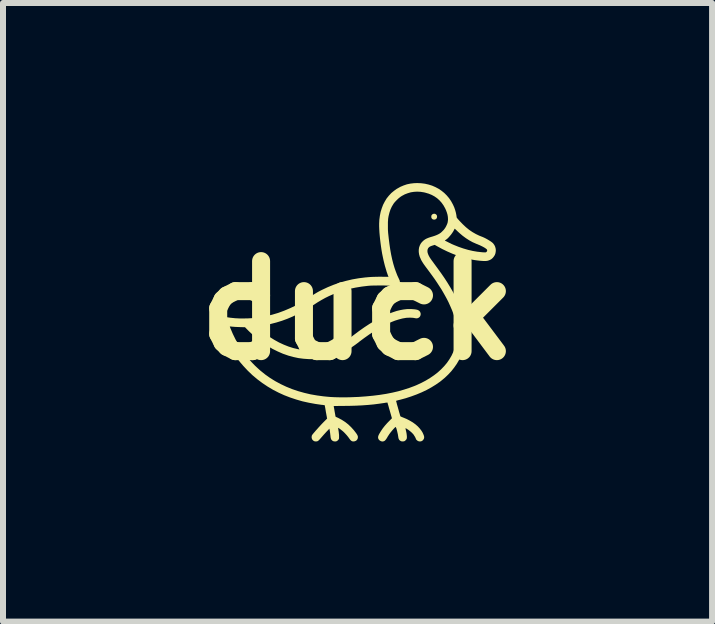
<source format=kicad_pcb>
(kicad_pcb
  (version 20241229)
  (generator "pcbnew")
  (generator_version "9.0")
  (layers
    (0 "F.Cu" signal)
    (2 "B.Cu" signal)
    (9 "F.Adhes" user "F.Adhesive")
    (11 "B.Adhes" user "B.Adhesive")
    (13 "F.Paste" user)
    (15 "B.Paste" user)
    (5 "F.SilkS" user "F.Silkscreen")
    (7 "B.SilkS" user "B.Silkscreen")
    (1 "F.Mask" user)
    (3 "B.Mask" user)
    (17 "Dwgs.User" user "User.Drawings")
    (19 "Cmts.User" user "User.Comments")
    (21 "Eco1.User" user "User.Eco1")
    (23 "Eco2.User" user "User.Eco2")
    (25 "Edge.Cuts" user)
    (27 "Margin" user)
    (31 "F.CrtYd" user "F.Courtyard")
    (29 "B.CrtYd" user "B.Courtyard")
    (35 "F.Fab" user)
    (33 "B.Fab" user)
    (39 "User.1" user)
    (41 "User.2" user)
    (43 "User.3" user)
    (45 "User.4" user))
  (footprint "duck"
    (layer "F.Cu")
    (at 2.907 2.122)
    (property "Reference" "duck" (at 0 0 0) (layer "F.SilkS") (effects (font (size 1.5 1.5) (thickness 0.3))))
    (attr board_only exclude_from_pos_files exclude_from_bom)
    (fp_poly (pts (xy 1.292 -1.609) (xy 1.305 -1.602) (xy 1.316 -1.592) (xy 1.323 -1.579) (xy 1.325 -1.567) (xy 1.324 -1.55) (xy 1.318 -1.535) (xy 1.308 -1.523) (xy 1.294 -1.516) (xy 1.28 -1.513) (xy 1.268 -1.514) (xy 1.257 -1.516) (xy 1.255 -1.517) (xy 1.247 -1.522) (xy 1.239 -1.53) (xy 1.237 -1.532) (xy 1.232 -1.54) (xy 1.23 -1.547) (xy 1.229 -1.557) (xy 1.229 -1.562) (xy 1.229 -1.573) (xy 1.231 -1.581) (xy 1.235 -1.588) (xy 1.237 -1.591) (xy 1.249 -1.603) (xy 1.263 -1.609) (xy 1.277 -1.611)) (stroke (width 0) (type solid)) (fill yes) (layer "F.SilkS"))
    (fp_poly (pts (xy 1.061 -2.119) (xy 1.123 -2.111) (xy 1.184 -2.097) (xy 1.242 -2.079) (xy 1.297 -2.055) (xy 1.35 -2.027) (xy 1.399 -1.994) (xy 1.445 -1.957) (xy 1.487 -1.915) (xy 1.525 -1.87) (xy 1.559 -1.82) (xy 1.588 -1.767) (xy 1.591 -1.761) (xy 1.611 -1.717) (xy 1.626 -1.673) (xy 1.638 -1.63) (xy 1.646 -1.59) (xy 1.649 -1.57) (xy 1.65 -1.562) (xy 1.65 -1.556) (xy 1.652 -1.551) (xy 1.654 -1.545) (xy 1.658 -1.539) (xy 1.665 -1.531) (xy 1.673 -1.521) (xy 1.685 -1.508) (xy 1.7 -1.491) (xy 1.7 -1.491) (xy 1.752 -1.437) (xy 1.805 -1.387) (xy 1.859 -1.343) (xy 1.915 -1.305) (xy 1.971 -1.273) (xy 2.027 -1.246) (xy 2.057 -1.234) (xy 2.083 -1.224) (xy 2.11 -1.212) (xy 2.138 -1.198) (xy 2.165 -1.183) (xy 2.19 -1.168) (xy 2.214 -1.153) (xy 2.234 -1.139) (xy 2.251 -1.125) (xy 2.26 -1.116) (xy 2.279 -1.09) (xy 2.292 -1.063) (xy 2.3 -1.035) (xy 2.304 -1.006) (xy 2.302 -0.978) (xy 2.297 -0.95) (xy 2.287 -0.923) (xy 2.272 -0.899) (xy 2.254 -0.876) (xy 2.233 -0.857) (xy 2.208 -0.842) (xy 2.179 -0.831) (xy 2.16 -0.826) (xy 2.142 -0.824) (xy 2.119 -0.824) (xy 2.092 -0.824) (xy 2.061 -0.826) (xy 2.028 -0.829) (xy 1.993 -0.833) (xy 1.957 -0.838) (xy 1.921 -0.844) (xy 1.914 -0.845) (xy 1.833 -0.862) (xy 1.75 -0.885) (xy 1.666 -0.912) (xy 1.581 -0.945) (xy 1.496 -0.982) (xy 1.411 -1.023) (xy 1.334 -1.065) (xy 1.286 -1.092) (xy 1.259 -1.084) (xy 1.232 -1.075) (xy 1.21 -1.066) (xy 1.193 -1.055) (xy 1.181 -1.042) (xy 1.175 -1.034) (xy 1.167 -1.014) (xy 1.164 -0.992) (xy 1.166 -0.968) (xy 1.174 -0.941) (xy 1.187 -0.911) (xy 1.205 -0.879) (xy 1.212 -0.869) (xy 1.222 -0.854) (xy 1.234 -0.837) (xy 1.248 -0.818) (xy 1.263 -0.798) (xy 1.277 -0.778) (xy 1.278 -0.777) (xy 1.339 -0.694) (xy 1.396 -0.615) (xy 1.449 -0.538) (xy 1.497 -0.464) (xy 1.541 -0.392) (xy 1.582 -0.322) (xy 1.618 -0.254) (xy 1.652 -0.187) (xy 1.682 -0.121) (xy 1.709 -0.056) (xy 1.712 -0.05) (xy 1.74 0.03) (xy 1.764 0.107) (xy 1.782 0.182) (xy 1.794 0.256) (xy 1.801 0.328) (xy 1.803 0.399) (xy 1.799 0.468) (xy 1.79 0.538) (xy 1.776 0.606) (xy 1.773 0.618) (xy 1.752 0.688) (xy 1.725 0.757) (xy 1.692 0.824) (xy 1.654 0.889) (xy 1.611 0.951) (xy 1.563 1.012) (xy 1.51 1.069) (xy 1.452 1.124) (xy 1.389 1.176) (xy 1.371 1.19) (xy 1.303 1.237) (xy 1.23 1.282) (xy 1.152 1.325) (xy 1.07 1.364) (xy 0.984 1.4) (xy 0.894 1.433) (xy 0.802 1.463) (xy 0.706 1.489) (xy 0.683 1.494) (xy 0.669 1.498) (xy 0.656 1.502) (xy 0.647 1.505) (xy 0.642 1.507) (xy 0.642 1.507) (xy 0.643 1.511) (xy 0.645 1.519) (xy 0.649 1.532) (xy 0.653 1.549) (xy 0.658 1.568) (xy 0.664 1.59) (xy 0.671 1.613) (xy 0.677 1.636) (xy 0.684 1.66) (xy 0.69 1.683) (xy 0.696 1.704) (xy 0.702 1.723) (xy 0.706 1.739) (xy 0.71 1.751) (xy 0.712 1.759) (xy 0.713 1.762) (xy 0.717 1.766) (xy 0.727 1.771) (xy 0.741 1.777) (xy 0.761 1.785) (xy 0.819 1.809) (xy 0.872 1.837) (xy 0.921 1.866) (xy 0.965 1.898) (xy 1.004 1.932) (xy 1.037 1.968) (xy 1.066 2.006) (xy 1.083 2.034) (xy 1.095 2.06) (xy 1.104 2.082) (xy 1.109 2.101) (xy 1.11 2.118) (xy 1.107 2.134) (xy 1.102 2.144) (xy 1.091 2.161) (xy 1.076 2.173) (xy 1.059 2.181) (xy 1.04 2.183) (xy 1.021 2.181) (xy 1.006 2.175) (xy 0.998 2.17) (xy 0.989 2.163) (xy 0.981 2.155) (xy 0.975 2.147) (xy 0.972 2.141) (xy 0.972 2.141) (xy 0.971 2.135) (xy 0.967 2.126) (xy 0.961 2.114) (xy 0.954 2.101) (xy 0.946 2.089) (xy 0.939 2.077) (xy 0.935 2.071) (xy 0.927 2.061) (xy 0.916 2.049) (xy 0.904 2.037) (xy 0.898 2.031) (xy 0.886 2.021) (xy 0.873 2.01) (xy 0.859 1.999) (xy 0.844 1.988) (xy 0.83 1.979) (xy 0.818 1.971) (xy 0.808 1.966) (xy 0.802 1.963) (xy 0.799 1.963) (xy 0.799 1.966) (xy 0.8 1.974) (xy 0.803 1.986) (xy 0.805 1.996) (xy 0.812 2.025) (xy 0.817 2.053) (xy 0.82 2.078) (xy 0.822 2.101) (xy 0.822 2.115) (xy 0.821 2.128) (xy 0.819 2.137) (xy 0.815 2.145) (xy 0.812 2.151) (xy 0.803 2.161) (xy 0.793 2.17) (xy 0.788 2.174) (xy 0.779 2.179) (xy 0.771 2.181) (xy 0.761 2.182) (xy 0.752 2.183) (xy 0.731 2.181) (xy 0.715 2.174) (xy 0.701 2.163) (xy 0.697 2.16) (xy 0.691 2.15) (xy 0.686 2.14) (xy 0.682 2.128) (xy 0.679 2.112) (xy 0.678 2.104) (xy 0.675 2.086) (xy 0.672 2.065) (xy 0.667 2.044) (xy 0.662 2.022) (xy 0.657 2.002) (xy 0.652 1.983) (xy 0.647 1.966) (xy 0.642 1.954) (xy 0.638 1.945) (xy 0.635 1.942) (xy 0.632 1.943) (xy 0.625 1.949) (xy 0.616 1.957) (xy 0.605 1.969) (xy 0.592 1.983) (xy 0.579 1.998) (xy 0.565 2.015) (xy 0.551 2.032) (xy 0.539 2.048) (xy 0.527 2.064) (xy 0.523 2.071) (xy 0.515 2.083) (xy 0.505 2.098) (xy 0.496 2.114) (xy 0.491 2.123) (xy 0.476 2.146) (xy 0.462 2.163) (xy 0.448 2.175) (xy 0.433 2.181) (xy 0.416 2.184) (xy 0.398 2.181) (xy 0.397 2.181) (xy 0.382 2.175) (xy 0.367 2.165) (xy 0.355 2.153) (xy 0.347 2.139) (xy 0.345 2.133) (xy 0.342 2.119) (xy 0.343 2.105) (xy 0.346 2.091) (xy 0.353 2.074) (xy 0.361 2.058) (xy 0.39 2.01) (xy 0.421 1.964) (xy 0.455 1.921) (xy 0.493 1.878) (xy 0.524 1.846) (xy 0.573 1.797) (xy 0.536 1.667) (xy 0.528 1.64) (xy 0.521 1.615) (xy 0.515 1.592) (xy 0.509 1.572) (xy 0.504 1.556) (xy 0.501 1.544) (xy 0.499 1.537) (xy 0.498 1.535) (xy 0.494 1.535) (xy 0.486 1.536) (xy 0.474 1.537) (xy 0.46 1.539) (xy 0.451 1.541) (xy 0.361 1.554) (xy 0.268 1.566) (xy 0.172 1.575) (xy 0.073 1.582) (xy -0.03 1.587) (xy -0.138 1.59) (xy -0.242 1.591) (xy -0.277 1.591) (xy -0.306 1.591) (xy -0.33 1.592) (xy -0.35 1.592) (xy -0.366 1.592) (xy -0.377 1.592) (xy -0.386 1.593) (xy -0.392 1.594) (xy -0.395 1.594) (xy -0.397 1.595) (xy -0.397 1.596) (xy -0.396 1.6) (xy -0.395 1.609) (xy -0.392 1.623) (xy -0.389 1.639) (xy -0.386 1.658) (xy -0.384 1.671) (xy -0.379 1.699) (xy -0.375 1.721) (xy -0.372 1.738) (xy -0.37 1.751) (xy -0.368 1.76) (xy -0.366 1.767) (xy -0.365 1.771) (xy -0.364 1.773) (xy -0.363 1.773) (xy -0.363 1.773) (xy -0.359 1.774) (xy -0.351 1.778) (xy -0.34 1.783) (xy -0.326 1.789) (xy -0.322 1.791) (xy -0.262 1.823) (xy -0.206 1.859) (xy -0.154 1.9) (xy -0.106 1.946) (xy -0.061 1.996) (xy -0.028 2.039) (xy -0.015 2.057) (xy -0.006 2.072) (xy 0.000238 2.084) (xy 0.004 2.095) (xy 0.006 2.105) (xy 0.006 2.112) (xy 0.003 2.133) (xy -0.005 2.15) (xy -0.017 2.165) (xy -0.033 2.175) (xy -0.051 2.181) (xy -0.066 2.183) (xy -0.079 2.182) (xy -0.09 2.18) (xy -0.1 2.175) (xy -0.109 2.168) (xy -0.12 2.158) (xy -0.131 2.143) (xy -0.145 2.124) (xy -0.146 2.122) (xy -0.163 2.1) (xy -0.182 2.077) (xy -0.203 2.054) (xy -0.224 2.032) (xy -0.243 2.014) (xy -0.246 2.012) (xy -0.258 2.002) (xy -0.272 1.991) (xy -0.285 1.981) (xy -0.298 1.971) (xy -0.309 1.964) (xy -0.317 1.958) (xy -0.322 1.956) (xy -0.322 1.956) (xy -0.323 1.959) (xy -0.323 1.966) (xy -0.323 1.967) (xy -0.318 1.996) (xy -0.314 2.02) (xy -0.312 2.04) (xy -0.31 2.058) (xy -0.308 2.075) (xy -0.308 2.091) (xy -0.308 2.097) (xy -0.308 2.113) (xy -0.308 2.125) (xy -0.309 2.133) (xy -0.31 2.139) (xy -0.312 2.144) (xy -0.315 2.149) (xy -0.317 2.151) (xy -0.325 2.161) (xy -0.335 2.17) (xy -0.34 2.174) (xy -0.349 2.179) (xy -0.357 2.181) (xy -0.367 2.183) (xy -0.376 2.183) (xy -0.397 2.181) (xy -0.414 2.174) (xy -0.428 2.162) (xy -0.434 2.155) (xy -0.439 2.148) (xy -0.442 2.141) (xy -0.445 2.131) (xy -0.448 2.119) (xy -0.45 2.104) (xy -0.452 2.083) (xy -0.453 2.078) (xy -0.455 2.061) (xy -0.457 2.042) (xy -0.46 2.021) (xy -0.462 2.008) (xy -0.469 1.97) (xy -0.493 1.996) (xy -0.507 2.01) (xy -0.523 2.027) (xy -0.542 2.048) (xy -0.563 2.071) (xy -0.584 2.095) (xy -0.606 2.12) (xy -0.621 2.137) (xy -0.634 2.152) (xy -0.647 2.164) (xy -0.656 2.173) (xy -0.661 2.176) (xy -0.675 2.181) (xy -0.692 2.183) (xy -0.708 2.182) (xy -0.718 2.18) (xy -0.736 2.17) (xy -0.751 2.156) (xy -0.76 2.139) (xy -0.765 2.119) (xy -0.765 2.112) (xy -0.764 2.099) (xy -0.762 2.087) (xy -0.757 2.076) (xy -0.748 2.064) (xy -0.741 2.055) (xy -0.735 2.048) (xy -0.727 2.038) (xy -0.716 2.026) (xy -0.705 2.013) (xy -0.694 2) (xy -0.682 1.987) (xy -0.672 1.976) (xy -0.664 1.967) (xy -0.659 1.961) (xy -0.657 1.959) (xy -0.655 1.956) (xy -0.649 1.95) (xy -0.642 1.942) (xy -0.641 1.941) (xy -0.62 1.918) (xy -0.596 1.892) (xy -0.568 1.863) (xy -0.546 1.841) (xy -0.507 1.802) (xy -0.512 1.778) (xy -0.513 1.768) (xy -0.516 1.754) (xy -0.519 1.736) (xy -0.523 1.715) (xy -0.527 1.693) (xy -0.531 1.669) (xy -0.531 1.667) (xy -0.535 1.645) (xy -0.538 1.625) (xy -0.542 1.608) (xy -0.544 1.594) (xy -0.546 1.584) (xy -0.547 1.58) (xy -0.547 1.579) (xy -0.55 1.579) (xy -0.558 1.578) (xy -0.57 1.576) (xy -0.584 1.574) (xy -0.591 1.574) (xy -0.702 1.558) (xy -0.811 1.538) (xy -0.919 1.514) (xy -1.023 1.484) (xy -1.125 1.45) (xy -1.223 1.412) (xy -1.313 1.371) (xy -1.408 1.322) (xy -1.499 1.268) (xy -1.587 1.209) (xy -1.671 1.146) (xy -1.752 1.078) (xy -1.829 1.004) (xy -1.902 0.926) (xy -1.956 0.863) (xy -2.007 0.798) (xy -2.055 0.728) (xy -2.102 0.656) (xy -2.145 0.581) (xy -2.185 0.504) (xy -2.221 0.427) (xy -2.252 0.35) (xy -2.279 0.275) (xy -2.281 0.271) (xy -2.127 0.271) (xy -2.126 0.277) (xy -2.122 0.286) (xy -2.118 0.297) (xy -2.078 0.391) (xy -2.033 0.483) (xy -1.983 0.572) (xy -1.929 0.657) (xy -1.869 0.739) (xy -1.832 0.786) (xy -1.794 0.83) (xy -1.753 0.875) (xy -1.709 0.92) (xy -1.664 0.962) (xy -1.62 1.002) (xy -1.616 1.005) (xy -1.538 1.068) (xy -1.456 1.126) (xy -1.37 1.179) (xy -1.281 1.227) (xy -1.188 1.271) (xy -1.092 1.31) (xy -0.992 1.344) (xy -0.889 1.373) (xy -0.783 1.398) (xy -0.673 1.417) (xy -0.57 1.431) (xy -0.511 1.437) (xy -0.453 1.442) (xy -0.394 1.445) (xy -0.335 1.447) (xy -0.273 1.448) (xy -0.207 1.448) (xy -0.138 1.447) (xy -0.108 1.446) (xy 0.019 1.441) (xy 0.141 1.432) (xy 0.257 1.421) (xy 0.369 1.407) (xy 0.477 1.39) (xy 0.579 1.37) (xy 0.678 1.347) (xy 0.772 1.32) (xy 0.862 1.291) (xy 0.948 1.259) (xy 0.982 1.245) (xy 1.062 1.208) (xy 1.138 1.168) (xy 1.209 1.125) (xy 1.275 1.08) (xy 1.337 1.032) (xy 1.393 0.981) (xy 1.444 0.928) (xy 1.49 0.873) (xy 1.53 0.815) (xy 1.566 0.754) (xy 1.595 0.692) (xy 1.615 0.641) (xy 1.633 0.581) (xy 1.646 0.521) (xy 1.655 0.46) (xy 1.658 0.399) (xy 1.657 0.336) (xy 1.651 0.272) (xy 1.639 0.207) (xy 1.623 0.139) (xy 1.602 0.07) (xy 1.575 -0.002) (xy 1.543 -0.076) (xy 1.514 -0.14) (xy 1.487 -0.193) (xy 1.458 -0.246) (xy 1.428 -0.299) (xy 1.397 -0.352) (xy 1.362 -0.406) (xy 1.325 -0.463) (xy 1.286 -0.521) (xy 1.242 -0.582) (xy 1.195 -0.646) (xy 1.158 -0.696) (xy 1.136 -0.725) (xy 1.118 -0.75) (xy 1.102 -0.772) (xy 1.089 -0.792) (xy 1.078 -0.81) (xy 1.068 -0.826) (xy 1.059 -0.843) (xy 1.053 -0.857) (xy 1.036 -0.896) (xy 1.025 -0.936) (xy 1.02 -0.974) (xy 1.02 -1.01) (xy 1.025 -1.046) (xy 1.036 -1.079) (xy 1.051 -1.11) (xy 1.072 -1.138) (xy 1.098 -1.163) (xy 1.099 -1.164) (xy 1.455 -1.164) (xy 1.458 -1.162) (xy 1.465 -1.158) (xy 1.476 -1.153) (xy 1.49 -1.146) (xy 1.506 -1.138) (xy 1.523 -1.129) (xy 1.541 -1.121) (xy 1.558 -1.112) (xy 1.574 -1.104) (xy 1.589 -1.098) (xy 1.6 -1.093) (xy 1.602 -1.092) (xy 1.682 -1.06) (xy 1.763 -1.032) (xy 1.842 -1.009) (xy 1.92 -0.991) (xy 1.996 -0.978) (xy 2.07 -0.97) (xy 2.079 -0.969) (xy 2.094 -0.968) (xy 2.107 -0.968) (xy 2.118 -0.967) (xy 2.123 -0.967) (xy 2.124 -0.967) (xy 2.131 -0.967) (xy 2.14 -0.97) (xy 2.141 -0.97) (xy 2.151 -0.978) (xy 2.158 -0.988) (xy 2.16 -1.001) (xy 2.157 -1.012) (xy 2.151 -1.02) (xy 2.141 -1.028) (xy 2.126 -1.039) (xy 2.108 -1.05) (xy 2.086 -1.062) (xy 2.062 -1.074) (xy 2.037 -1.086) (xy 2.01 -1.097) (xy 1.997 -1.103) (xy 1.978 -1.11) (xy 1.958 -1.119) (xy 1.94 -1.127) (xy 1.924 -1.134) (xy 1.917 -1.137) (xy 1.861 -1.168) (xy 1.805 -1.204) (xy 1.751 -1.244) (xy 1.698 -1.289) (xy 1.661 -1.323) (xy 1.649 -1.335) (xy 1.637 -1.346) (xy 1.628 -1.354) (xy 1.622 -1.36) (xy 1.619 -1.362) (xy 1.619 -1.362) (xy 1.617 -1.359) (xy 1.613 -1.352) (xy 1.608 -1.342) (xy 1.607 -1.34) (xy 1.594 -1.316) (xy 1.577 -1.29) (xy 1.559 -1.265) (xy 1.539 -1.241) (xy 1.519 -1.218) (xy 1.499 -1.198) (xy 1.479 -1.182) (xy 1.463 -1.171) (xy 1.458 -1.167) (xy 1.455 -1.164) (xy 1.455 -1.164) (xy 1.099 -1.164) (xy 1.105 -1.169) (xy 1.126 -1.184) (xy 1.15 -1.197) (xy 1.176 -1.208) (xy 1.207 -1.219) (xy 1.214 -1.221) (xy 1.251 -1.232) (xy 1.282 -1.242) (xy 1.309 -1.252) (xy 1.332 -1.262) (xy 1.352 -1.272) (xy 1.369 -1.282) (xy 1.385 -1.293) (xy 1.4 -1.306) (xy 1.415 -1.321) (xy 1.415 -1.321) (xy 1.436 -1.342) (xy 1.452 -1.363) (xy 1.466 -1.384) (xy 1.479 -1.408) (xy 1.479 -1.409) (xy 1.491 -1.435) (xy 1.5 -1.46) (xy 1.504 -1.484) (xy 1.507 -1.51) (xy 1.507 -1.521) (xy 1.505 -1.558) (xy 1.499 -1.594) (xy 1.488 -1.632) (xy 1.473 -1.672) (xy 1.458 -1.704) (xy 1.431 -1.752) (xy 1.4 -1.795) (xy 1.365 -1.834) (xy 1.326 -1.869) (xy 1.283 -1.899) (xy 1.237 -1.924) (xy 1.186 -1.945) (xy 1.132 -1.961) (xy 1.108 -1.967) (xy 1.051 -1.976) (xy 0.995 -1.979) (xy 0.941 -1.976) (xy 0.888 -1.968) (xy 0.837 -1.953) (xy 0.787 -1.934) (xy 0.739 -1.908) (xy 0.72 -1.896) (xy 0.703 -1.883) (xy 0.683 -1.867) (xy 0.663 -1.848) (xy 0.643 -1.828) (xy 0.624 -1.808) (xy 0.608 -1.789) (xy 0.597 -1.773) (xy 0.57 -1.728) (xy 0.548 -1.68) (xy 0.531 -1.628) (xy 0.517 -1.572) (xy 0.511 -1.537) (xy 0.509 -1.521) (xy 0.508 -1.499) (xy 0.506 -1.473) (xy 0.506 -1.445) (xy 0.506 -1.415) (xy 0.506 -1.386) (xy 0.506 -1.357) (xy 0.507 -1.329) (xy 0.509 -1.305) (xy 0.509 -1.298) (xy 0.52 -1.197) (xy 0.532 -1.102) (xy 0.545 -1.013) (xy 0.56 -0.929) (xy 0.577 -0.85) (xy 0.596 -0.776) (xy 0.617 -0.706) (xy 0.64 -0.641) (xy 0.664 -0.58) (xy 0.687 -0.531) (xy 0.694 -0.516) (xy 0.699 -0.504) (xy 0.703 -0.495) (xy 0.704 -0.488) (xy 0.705 -0.48) (xy 0.705 -0.477) (xy 0.703 -0.459) (xy 0.698 -0.444) (xy 0.688 -0.429) (xy 0.687 -0.428) (xy 0.679 -0.42) (xy 0.672 -0.414) (xy 0.664 -0.41) (xy 0.653 -0.407) (xy 0.641 -0.406) (xy 0.625 -0.406) (xy 0.605 -0.407) (xy 0.58 -0.409) (xy 0.566 -0.41) (xy 0.546 -0.412) (xy 0.52 -0.413) (xy 0.491 -0.414) (xy 0.458 -0.415) (xy 0.423 -0.416) (xy 0.386 -0.416) (xy 0.349 -0.416) (xy 0.313 -0.415) (xy 0.278 -0.415) (xy 0.246 -0.414) (xy 0.216 -0.413) (xy 0.192 -0.411) (xy 0.176 -0.41) (xy 0.069 -0.397) (xy -0.034 -0.38) (xy -0.133 -0.359) (xy -0.228 -0.333) (xy -0.32 -0.303) (xy -0.342 -0.295) (xy -0.41 -0.268) (xy -0.476 -0.239) (xy -0.539 -0.208) (xy -0.602 -0.173) (xy -0.666 -0.135) (xy -0.713 -0.104) (xy -0.754 -0.078) (xy -0.791 -0.054) (xy -0.825 -0.033) (xy -0.857 -0.013) (xy -0.888 0.005) (xy -0.919 0.022) (xy -0.951 0.039) (xy -0.985 0.056) (xy -0.99 0.058) (xy -1.081 0.102) (xy -1.171 0.14) (xy -1.261 0.173) (xy -1.352 0.201) (xy -1.445 0.225) (xy -1.518 0.241) (xy -1.534 0.244) (xy -1.553 0.248) (xy -1.573 0.251) (xy -1.595 0.255) (xy -1.616 0.258) (xy -1.635 0.261) (xy -1.653 0.264) (xy -1.667 0.266) (xy -1.677 0.267) (xy -1.68 0.267) (xy -1.681 0.268) (xy -1.678 0.273) (xy -1.671 0.28) (xy -1.66 0.29) (xy -1.645 0.303) (xy -1.625 0.32) (xy -1.608 0.334) (xy -1.535 0.392) (xy -1.46 0.445) (xy -1.384 0.492) (xy -1.308 0.534) (xy -1.23 0.57) (xy -1.152 0.601) (xy -1.074 0.626) (xy -0.995 0.645) (xy -0.916 0.659) (xy -0.837 0.667) (xy -0.759 0.669) (xy -0.68 0.665) (xy -0.602 0.656) (xy -0.525 0.641) (xy -0.448 0.62) (xy -0.372 0.593) (xy -0.299 0.562) (xy -0.267 0.546) (xy -0.237 0.53) (xy -0.207 0.513) (xy -0.178 0.494) (xy -0.147 0.473) (xy -0.114 0.449) (xy -0.078 0.421) (xy -0.065 0.411) (xy 0.024 0.344) (xy 0.112 0.282) (xy 0.197 0.226) (xy 0.282 0.175) (xy 0.365 0.129) (xy 0.419 0.102) (xy 0.482 0.072) (xy 0.542 0.047) (xy 0.6 0.026) (xy 0.655 0.008) (xy 0.71 -0.005) (xy 0.763 -0.015) (xy 0.813 -0.021) (xy 0.838 -0.023) (xy 0.864 -0.023) (xy 0.892 -0.023) (xy 0.919 -0.021) (xy 0.945 -0.019) (xy 0.968 -0.016) (xy 0.989 -0.012) (xy 1.005 -0.007) (xy 1.011 -0.004) (xy 1.028 0.007) (xy 1.04 0.021) (xy 1.048 0.038) (xy 1.052 0.055) (xy 1.051 0.073) (xy 1.046 0.09) (xy 1.037 0.106) (xy 1.023 0.119) (xy 1.013 0.124) (xy 0.999 0.13) (xy 0.983 0.132) (xy 0.964 0.13) (xy 0.948 0.127) (xy 0.931 0.124) (xy 0.909 0.122) (xy 0.884 0.121) (xy 0.859 0.121) (xy 0.835 0.122) (xy 0.812 0.123) (xy 0.807 0.124) (xy 0.749 0.134) (xy 0.688 0.15) (xy 0.624 0.17) (xy 0.558 0.196) (xy 0.489 0.227) (xy 0.419 0.264) (xy 0.345 0.305) (xy 0.27 0.351) (xy 0.193 0.402) (xy 0.114 0.458) (xy 0.032 0.519) (xy 0.018 0.531) (xy -0.04 0.574) (xy -0.095 0.612) (xy -0.15 0.646) (xy -0.205 0.676) (xy -0.261 0.704) (xy -0.318 0.727) (xy -0.398 0.756) (xy -0.479 0.778) (xy -0.562 0.795) (xy -0.646 0.806) (xy -0.73 0.812) (xy -0.815 0.811) (xy -0.9 0.805) (xy -0.985 0.794) (xy -1.069 0.776) (xy -1.153 0.753) (xy -1.236 0.724) (xy -1.242 0.722) (xy -1.329 0.684) (xy -1.414 0.642) (xy -1.498 0.593) (xy -1.579 0.54) (xy -1.658 0.481) (xy -1.734 0.417) (xy -1.807 0.349) (xy -1.825 0.331) (xy -1.875 0.28) (xy -1.952 0.278) (xy -1.976 0.277) (xy -2.001 0.276) (xy -2.026 0.275) (xy -2.048 0.274) (xy -2.067 0.272) (xy -2.075 0.272) (xy -2.091 0.27) (xy -2.105 0.269) (xy -2.116 0.268) (xy -2.123 0.267) (xy -2.125 0.267) (xy -2.127 0.268) (xy -2.127 0.271) (xy -2.281 0.271) (xy -2.288 0.248) (xy -2.295 0.222) (xy -2.3 0.201) (xy -2.303 0.183) (xy -2.303 0.169) (xy -2.301 0.156) (xy -2.297 0.145) (xy -2.29 0.135) (xy -2.287 0.132) (xy -2.274 0.12) (xy -2.261 0.112) (xy -2.245 0.108) (xy -2.226 0.107) (xy -2.204 0.109) (xy -2.158 0.116) (xy -2.117 0.122) (xy -2.077 0.126) (xy -2.039 0.13) (xy -1.999 0.132) (xy -1.957 0.134) (xy -1.938 0.134) (xy -1.833 0.133) (xy -1.729 0.127) (xy -1.626 0.114) (xy -1.524 0.096) (xy -1.422 0.071) (xy -1.321 0.041) (xy -1.221 0.004) (xy -1.122 -0.038) (xy -1.088 -0.054) (xy -1.044 -0.075) (xy -1.003 -0.097) (xy -0.961 -0.12) (xy -0.919 -0.144) (xy -0.876 -0.171) (xy -0.829 -0.201) (xy -0.804 -0.218) (xy -0.762 -0.245) (xy -0.724 -0.269) (xy -0.688 -0.291) (xy -0.653 -0.311) (xy -0.617 -0.33) (xy -0.591 -0.343) (xy -0.495 -0.388) (xy -0.397 -0.428) (xy -0.297 -0.463) (xy -0.194 -0.492) (xy -0.088 -0.517) (xy 0.021 -0.536) (xy 0.133 -0.55) (xy 0.137 -0.55) (xy 0.178 -0.554) (xy 0.218 -0.557) (xy 0.26 -0.559) (xy 0.304 -0.56) (xy 0.351 -0.561) (xy 0.403 -0.561) (xy 0.406 -0.561) (xy 0.431 -0.56) (xy 0.454 -0.56) (xy 0.474 -0.56) (xy 0.491 -0.56) (xy 0.504 -0.56) (xy 0.513 -0.56) (xy 0.516 -0.56) (xy 0.516 -0.56) (xy 0.515 -0.563) (xy 0.512 -0.569) (xy 0.511 -0.572) (xy 0.503 -0.592) (xy 0.495 -0.616) (xy 0.485 -0.644) (xy 0.476 -0.676) (xy 0.466 -0.709) (xy 0.456 -0.743) (xy 0.447 -0.778) (xy 0.439 -0.811) (xy 0.434 -0.831) (xy 0.422 -0.887) (xy 0.41 -0.945) (xy 0.4 -1.004) (xy 0.391 -1.064) (xy 0.383 -1.124) (xy 0.376 -1.183) (xy 0.37 -1.241) (xy 0.365 -1.297) (xy 0.362 -1.35) (xy 0.36 -1.4) (xy 0.36 -1.446) (xy 0.362 -1.487) (xy 0.363 -1.509) (xy 0.372 -1.577) (xy 0.385 -1.642) (xy 0.404 -1.703) (xy 0.426 -1.761) (xy 0.454 -1.815) (xy 0.485 -1.866) (xy 0.522 -1.912) (xy 0.562 -1.955) (xy 0.608 -1.993) (xy 0.657 -2.028) (xy 0.66 -2.029) (xy 0.713 -2.059) (xy 0.767 -2.082) (xy 0.823 -2.101) (xy 0.881 -2.113) (xy 0.941 -2.12) (xy 0.996 -2.122)) (stroke (width 0) (type solid)) (fill yes) (layer "F.SilkS")))
  (gr_rect
    (start -3 -3)
    (end 8.814 7.306)
    (stroke (width 0.1) (type default))
    (fill no)
    (layer "Edge.Cuts")))
</source>
